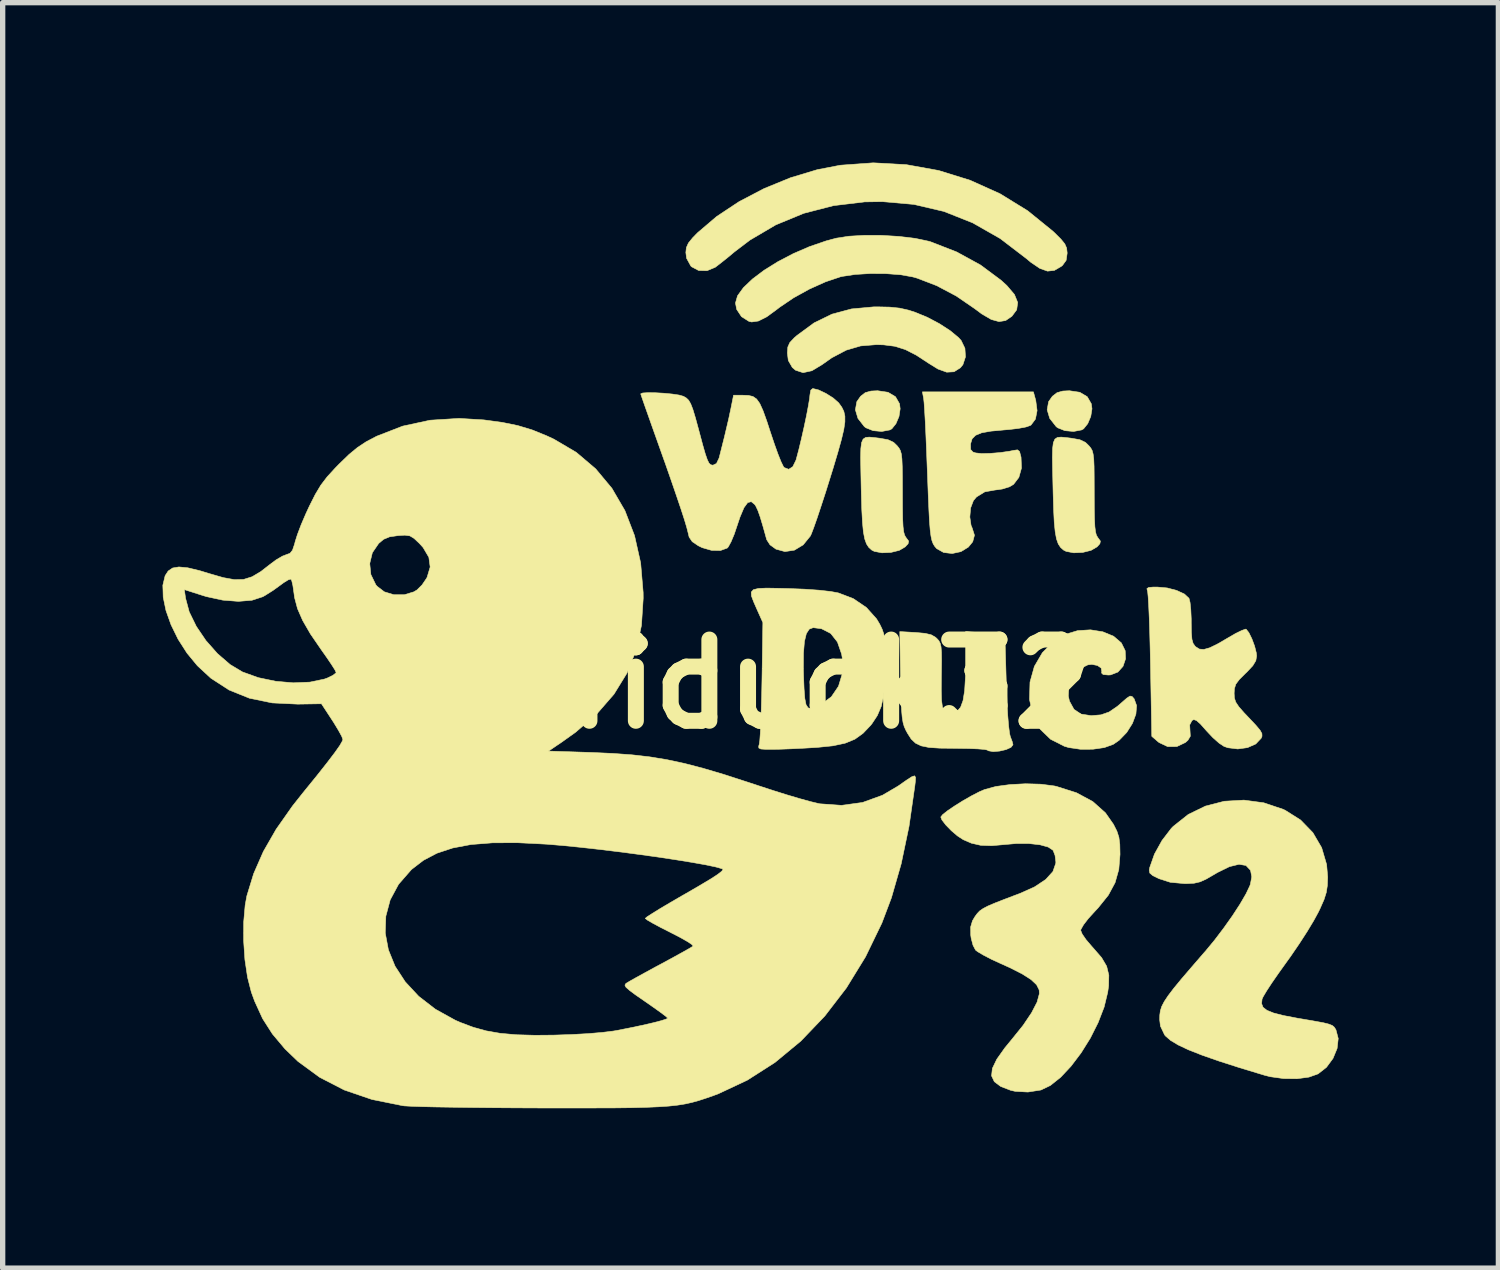
<source format=kicad_pcb>
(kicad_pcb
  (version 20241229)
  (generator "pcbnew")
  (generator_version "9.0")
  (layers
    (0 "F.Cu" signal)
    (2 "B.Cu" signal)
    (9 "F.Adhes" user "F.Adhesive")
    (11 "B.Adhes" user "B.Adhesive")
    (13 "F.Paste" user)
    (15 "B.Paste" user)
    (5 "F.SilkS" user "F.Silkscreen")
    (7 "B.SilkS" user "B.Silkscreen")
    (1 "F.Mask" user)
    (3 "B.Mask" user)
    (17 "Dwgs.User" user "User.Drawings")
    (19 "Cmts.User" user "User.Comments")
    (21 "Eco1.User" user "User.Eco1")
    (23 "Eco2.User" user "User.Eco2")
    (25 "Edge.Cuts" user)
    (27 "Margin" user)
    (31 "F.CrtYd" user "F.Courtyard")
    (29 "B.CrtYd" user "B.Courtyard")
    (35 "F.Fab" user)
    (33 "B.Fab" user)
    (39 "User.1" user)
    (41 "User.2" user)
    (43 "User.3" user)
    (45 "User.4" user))
  (footprint "wifiduck32"
    (layer "F.Cu")
    (at 11.384 9.784)
    (property "Reference" "wifiduck32" (at 0 0 0) (layer "F.SilkS") (effects (font (size 1.524 1.524) (thickness 0.3))))
    (attr through_hole)
    (fp_poly (pts (xy 2.227 -5.474) (xy 2.367 -5.391) (xy 2.443 -5.259) (xy 2.455 -5.164) (xy 2.433 -5.02) (xy 2.376 -4.885) (xy 2.299 -4.789) (xy 2.263 -4.768) (xy 2.11 -4.739) (xy 1.947 -4.754) (xy 1.812 -4.808) (xy 1.783 -4.83) (xy 1.663 -4.984) (xy 1.615 -5.145) (xy 1.642 -5.298) (xy 1.713 -5.399) (xy 1.8 -5.467) (xy 1.908 -5.497) (xy 2.032 -5.503) (xy 2.227 -5.474)) (stroke (width 0.01) (type solid)) (fill yes) (layer "F.SilkS"))
    (fp_poly (pts (xy 5.825 -5.474) (xy 5.965 -5.391) (xy 6.041 -5.259) (xy 6.054 -5.164) (xy 6.031 -5.02) (xy 5.974 -4.885) (xy 5.897 -4.789) (xy 5.861 -4.768) (xy 5.709 -4.739) (xy 5.545 -4.754) (xy 5.41 -4.808) (xy 5.382 -4.83) (xy 5.261 -4.984) (xy 5.213 -5.145) (xy 5.24 -5.298) (xy 5.311 -5.399) (xy 5.399 -5.467) (xy 5.506 -5.497) (xy 5.63 -5.503) (xy 5.825 -5.474)) (stroke (width 0.01) (type solid)) (fill yes) (layer "F.SilkS"))
    (fp_poly (pts (xy 2.259 -7.072) (xy 2.443 -7.053) (xy 2.612 -7.015) (xy 2.738 -6.974) (xy 2.964 -6.881) (xy 3.191 -6.761) (xy 3.393 -6.63) (xy 3.549 -6.501) (xy 3.599 -6.446) (xy 3.67 -6.299) (xy 3.68 -6.138) (xy 3.632 -5.992) (xy 3.585 -5.934) (xy 3.466 -5.859) (xy 3.329 -5.851) (xy 3.165 -5.91) (xy 2.998 -6.013) (xy 2.758 -6.17) (xy 2.553 -6.275) (xy 2.357 -6.337) (xy 2.146 -6.364) (xy 2.011 -6.368) (xy 1.714 -6.344) (xy 1.442 -6.264) (xy 1.171 -6.121) (xy 0.99 -5.993) (xy 0.799 -5.878) (xy 0.633 -5.842) (xy 0.492 -5.888) (xy 0.431 -5.94) (xy 0.356 -6.071) (xy 0.339 -6.212) (xy 0.347 -6.322) (xy 0.384 -6.406) (xy 0.467 -6.495) (xy 0.519 -6.54) (xy 0.84 -6.776) (xy 1.176 -6.94) (xy 1.542 -7.038) (xy 1.955 -7.076) (xy 2.025 -7.077) (xy 2.259 -7.072)) (stroke (width 0.01) (type solid)) (fill yes) (layer "F.SilkS"))
    (fp_poly (pts (xy 1.973 -4.624) (xy 2.07 -4.612) (xy 2.227 -4.584) (xy 2.333 -4.534) (xy 2.398 -4.471) (xy 2.433 -4.427) (xy 2.459 -4.38) (xy 2.477 -4.316) (xy 2.488 -4.222) (xy 2.494 -4.085) (xy 2.497 -3.893) (xy 2.498 -3.63) (xy 2.498 -3.589) (xy 2.499 -3.31) (xy 2.502 -3.103) (xy 2.509 -2.956) (xy 2.521 -2.856) (xy 2.539 -2.792) (xy 2.563 -2.75) (xy 2.569 -2.743) (xy 2.614 -2.682) (xy 2.604 -2.633) (xy 2.55 -2.574) (xy 2.438 -2.508) (xy 2.28 -2.469) (xy 2.113 -2.462) (xy 1.97 -2.489) (xy 1.921 -2.514) (xy 1.866 -2.564) (xy 1.823 -2.63) (xy 1.79 -2.723) (xy 1.765 -2.854) (xy 1.748 -3.033) (xy 1.735 -3.272) (xy 1.726 -3.581) (xy 1.723 -3.713) (xy 1.717 -4.019) (xy 1.713 -4.25) (xy 1.717 -4.417) (xy 1.731 -4.529) (xy 1.76 -4.595) (xy 1.808 -4.627) (xy 1.877 -4.633) (xy 1.973 -4.624)) (stroke (width 0.01) (type solid)) (fill yes) (layer "F.SilkS"))
    (fp_poly (pts (xy 5.572 -4.624) (xy 5.668 -4.612) (xy 5.826 -4.584) (xy 5.931 -4.534) (xy 5.996 -4.471) (xy 6.032 -4.427) (xy 6.058 -4.38) (xy 6.075 -4.316) (xy 6.087 -4.222) (xy 6.093 -4.085) (xy 6.095 -3.893) (xy 6.096 -3.63) (xy 6.096 -3.589) (xy 6.097 -3.31) (xy 6.101 -3.103) (xy 6.108 -2.956) (xy 6.12 -2.856) (xy 6.137 -2.792) (xy 6.162 -2.75) (xy 6.167 -2.743) (xy 6.212 -2.682) (xy 6.202 -2.633) (xy 6.149 -2.574) (xy 6.036 -2.508) (xy 5.879 -2.469) (xy 5.711 -2.462) (xy 5.569 -2.489) (xy 5.52 -2.514) (xy 5.464 -2.564) (xy 5.421 -2.63) (xy 5.388 -2.723) (xy 5.364 -2.854) (xy 5.346 -3.033) (xy 5.334 -3.272) (xy 5.325 -3.581) (xy 5.322 -3.713) (xy 5.315 -4.019) (xy 5.311 -4.25) (xy 5.315 -4.417) (xy 5.329 -4.529) (xy 5.358 -4.595) (xy 5.406 -4.627) (xy 5.476 -4.633) (xy 5.572 -4.624)) (stroke (width 0.01) (type solid)) (fill yes) (layer "F.SilkS"))
    (fp_poly (pts (xy 2.11 -8.418) (xy 2.435 -8.398) (xy 2.735 -8.362) (xy 2.985 -8.309) (xy 3.027 -8.297) (xy 3.515 -8.107) (xy 3.961 -7.863) (xy 4.35 -7.574) (xy 4.456 -7.477) (xy 4.599 -7.309) (xy 4.66 -7.159) (xy 4.641 -7.021) (xy 4.55 -6.899) (xy 4.434 -6.82) (xy 4.31 -6.8) (xy 4.164 -6.84) (xy 3.986 -6.944) (xy 3.849 -7.046) (xy 3.506 -7.281) (xy 3.139 -7.475) (xy 2.775 -7.615) (xy 2.69 -7.639) (xy 2.465 -7.679) (xy 2.189 -7.7) (xy 1.894 -7.702) (xy 1.612 -7.685) (xy 1.373 -7.649) (xy 1.332 -7.64) (xy 1.056 -7.547) (xy 0.753 -7.411) (xy 0.456 -7.247) (xy 0.197 -7.072) (xy 0.148 -7.034) (xy -0.048 -6.89) (xy -0.205 -6.811) (xy -0.331 -6.793) (xy -0.381 -6.804) (xy -0.522 -6.893) (xy -0.612 -7.029) (xy -0.635 -7.149) (xy -0.596 -7.285) (xy -0.486 -7.437) (xy -0.316 -7.599) (xy -0.097 -7.764) (xy 0.162 -7.925) (xy 0.449 -8.075) (xy 0.754 -8.207) (xy 1.066 -8.314) (xy 1.255 -8.365) (xy 1.493 -8.402) (xy 1.787 -8.419) (xy 2.11 -8.418)) (stroke (width 0.01) (type solid)) (fill yes) (layer "F.SilkS"))
    (fp_poly (pts (xy 2.569 -9.745) (xy 3.178 -9.635) (xy 3.767 -9.452) (xy 4.327 -9.2) (xy 4.847 -8.88) (xy 5.319 -8.497) (xy 5.345 -8.473) (xy 5.47 -8.349) (xy 5.544 -8.258) (xy 5.578 -8.18) (xy 5.588 -8.092) (xy 5.588 -8.082) (xy 5.569 -7.949) (xy 5.5 -7.854) (xy 5.476 -7.835) (xy 5.349 -7.761) (xy 5.22 -7.747) (xy 5.076 -7.798) (xy 4.905 -7.914) (xy 4.823 -7.983) (xy 4.331 -8.359) (xy 3.815 -8.653) (xy 3.276 -8.867) (xy 2.712 -8.999) (xy 2.122 -9.051) (xy 1.787 -9.046) (xy 1.205 -8.976) (xy 0.647 -8.832) (xy 0.121 -8.615) (xy -0.363 -8.33) (xy -0.651 -8.111) (xy -0.789 -7.996) (xy -0.916 -7.895) (xy -1.006 -7.826) (xy -1.015 -7.819) (xy -1.169 -7.755) (xy -1.326 -7.759) (xy -1.46 -7.83) (xy -1.474 -7.845) (xy -1.552 -7.988) (xy -1.566 -8.097) (xy -1.556 -8.189) (xy -1.518 -8.274) (xy -1.437 -8.374) (xy -1.345 -8.468) (xy -0.988 -8.772) (xy -0.567 -9.051) (xy -0.099 -9.296) (xy 0.397 -9.499) (xy 0.901 -9.651) (xy 1.331 -9.734) (xy 1.95 -9.779) (xy 2.569 -9.745)) (stroke (width 0.01) (type solid)) (fill yes) (layer "F.SilkS"))
    (fp_poly (pts (xy 6.258 -0.98) (xy 6.459 -0.897) (xy 6.605 -0.772) (xy 6.677 -0.626) (xy 6.684 -0.473) (xy 6.636 -0.332) (xy 6.54 -0.225) (xy 6.404 -0.172) (xy 6.364 -0.169) (xy 6.264 -0.178) (xy 6.233 -0.208) (xy 6.238 -0.232) (xy 6.227 -0.299) (xy 6.157 -0.348) (xy 6.052 -0.369) (xy 5.976 -0.36) (xy 5.814 -0.28) (xy 5.692 -0.141) (xy 5.62 0.034) (xy 5.61 0.225) (xy 5.631 0.32) (xy 5.716 0.475) (xy 5.849 0.564) (xy 6.039 0.593) (xy 6.222 0.578) (xy 6.376 0.524) (xy 6.531 0.418) (xy 6.606 0.353) (xy 6.708 0.264) (xy 6.767 0.226) (xy 6.806 0.233) (xy 6.845 0.277) (xy 6.891 0.404) (xy 6.878 0.564) (xy 6.813 0.738) (xy 6.706 0.908) (xy 6.565 1.054) (xy 6.454 1.131) (xy 6.286 1.192) (xy 6.071 1.223) (xy 5.838 1.224) (xy 5.619 1.192) (xy 5.535 1.167) (xy 5.277 1.036) (xy 5.083 0.849) (xy 4.952 0.605) (xy 4.885 0.306) (xy 4.882 0.282) (xy 4.891 -0.037) (xy 4.973 -0.331) (xy 5.124 -0.589) (xy 5.335 -0.8) (xy 5.557 -0.933) (xy 5.785 -1.002) (xy 6.026 -1.017) (xy 6.258 -0.98)) (stroke (width 0.01) (type solid)) (fill yes) (layer "F.SilkS"))
    (fp_poly (pts (xy 3.938 -0.965) (xy 4.16 -0.929) (xy 4.308 -0.861) (xy 4.424 -0.774) (xy 4.448 0.047) (xy 4.459 0.335) (xy 4.473 0.586) (xy 4.49 0.789) (xy 4.508 0.929) (xy 4.522 0.987) (xy 4.558 1.082) (xy 4.572 1.139) (xy 4.534 1.188) (xy 4.441 1.23) (xy 4.32 1.258) (xy 4.2 1.268) (xy 4.109 1.252) (xy 4.089 1.238) (xy 4.037 1.227) (xy 3.917 1.217) (xy 3.745 1.21) (xy 3.537 1.207) (xy 3.471 1.206) (xy 3.199 1.203) (xy 2.997 1.19) (xy 2.85 1.16) (xy 2.743 1.109) (xy 2.662 1.032) (xy 2.591 0.921) (xy 2.561 0.865) (xy 2.531 0.798) (xy 2.509 0.721) (xy 2.493 0.621) (xy 2.481 0.485) (xy 2.472 0.298) (xy 2.466 0.049) (xy 2.462 -0.143) (xy 2.448 -0.984) (xy 2.748 -0.967) (xy 2.923 -0.951) (xy 3.037 -0.924) (xy 3.116 -0.879) (xy 3.143 -0.855) (xy 3.181 -0.813) (xy 3.206 -0.765) (xy 3.222 -0.697) (xy 3.23 -0.592) (xy 3.232 -0.437) (xy 3.229 -0.215) (xy 3.228 -0.152) (xy 3.226 0.112) (xy 3.231 0.303) (xy 3.248 0.43) (xy 3.279 0.506) (xy 3.328 0.542) (xy 3.397 0.547) (xy 3.437 0.543) (xy 3.524 0.511) (xy 3.589 0.435) (xy 3.635 0.309) (xy 3.665 0.122) (xy 3.68 -0.133) (xy 3.683 -0.376) (xy 3.683 -0.984) (xy 3.938 -0.965)) (stroke (width 0.01) (type solid)) (fill yes) (layer "F.SilkS"))
    (fp_poly (pts (xy 4.999 -5.32) (xy 5.024 -5.13) (xy 4.993 -4.971) (xy 4.911 -4.861) (xy 4.896 -4.851) (xy 4.815 -4.823) (xy 4.673 -4.796) (xy 4.496 -4.775) (xy 4.409 -4.768) (xy 4.16 -4.745) (xy 3.985 -4.714) (xy 3.87 -4.667) (xy 3.805 -4.601) (xy 3.777 -4.51) (xy 3.776 -4.499) (xy 3.777 -4.401) (xy 3.82 -4.353) (xy 3.872 -4.336) (xy 3.984 -4.324) (xy 4.148 -4.328) (xy 4.333 -4.343) (xy 4.507 -4.368) (xy 4.58 -4.383) (xy 4.656 -4.394) (xy 4.695 -4.362) (xy 4.72 -4.268) (xy 4.723 -4.255) (xy 4.731 -4.052) (xy 4.682 -3.877) (xy 4.583 -3.747) (xy 4.507 -3.701) (xy 4.371 -3.659) (xy 4.241 -3.641) (xy 4.237 -3.641) (xy 4.043 -3.606) (xy 3.887 -3.51) (xy 3.829 -3.441) (xy 3.777 -3.304) (xy 3.762 -3.134) (xy 3.785 -2.977) (xy 3.805 -2.93) (xy 3.849 -2.792) (xy 3.816 -2.669) (xy 3.734 -2.569) (xy 3.595 -2.484) (xy 3.431 -2.449) (xy 3.271 -2.468) (xy 3.143 -2.539) (xy 3.135 -2.547) (xy 3.101 -2.587) (xy 3.074 -2.632) (xy 3.051 -2.692) (xy 3.033 -2.776) (xy 3.018 -2.893) (xy 3.005 -3.053) (xy 2.994 -3.266) (xy 2.982 -3.54) (xy 2.969 -3.886) (xy 2.962 -4.064) (xy 2.95 -4.376) (xy 2.938 -4.666) (xy 2.926 -4.921) (xy 2.914 -5.129) (xy 2.904 -5.278) (xy 2.896 -5.354) (xy 2.896 -5.355) (xy 2.872 -5.482) (xy 4.955 -5.482) (xy 4.999 -5.32)) (stroke (width 0.01) (type solid)) (fill yes) (layer "F.SilkS"))
    (fp_poly (pts (xy 0.172 -1.796) (xy 0.349 -1.792) (xy 0.658 -1.78) (xy 0.932 -1.761) (xy 1.153 -1.736) (xy 1.294 -1.71) (xy 1.575 -1.603) (xy 1.821 -1.436) (xy 2.011 -1.224) (xy 2.072 -1.123) (xy 2.117 -1.029) (xy 2.147 -0.941) (xy 2.166 -0.841) (xy 2.175 -0.707) (xy 2.179 -0.521) (xy 2.179 -0.361) (xy 2.171 -0.039) (xy 2.145 0.216) (xy 2.099 0.421) (xy 2.026 0.592) (xy 1.925 0.745) (xy 1.902 0.774) (xy 1.758 0.925) (xy 1.605 1.035) (xy 1.422 1.11) (xy 1.192 1.159) (xy 0.897 1.189) (xy 0.896 1.189) (xy 0.66 1.203) (xy 0.418 1.215) (xy 0.204 1.223) (xy 0.09 1.225) (xy -0.069 1.225) (xy -0.159 1.219) (xy -0.197 1.2) (xy -0.199 1.165) (xy -0.189 1.132) (xy -0.179 1.065) (xy -0.169 0.926) (xy -0.16 0.727) (xy -0.151 0.481) (xy -0.143 0.2) (xy -0.138 -0.059) (xy -0.134 -0.288) (xy 0.639 -0.288) (xy 0.642 -0.169) (xy 0.652 0.089) (xy 0.666 0.271) (xy 0.689 0.387) (xy 0.728 0.447) (xy 0.787 0.458) (xy 0.873 0.43) (xy 0.972 0.382) (xy 1.164 0.239) (xy 1.298 0.042) (xy 1.37 -0.196) (xy 1.373 -0.463) (xy 1.357 -0.561) (xy 1.278 -0.789) (xy 1.152 -0.949) (xy 0.979 -1.038) (xy 0.824 -1.058) (xy 0.75 -1.031) (xy 0.695 -0.947) (xy 0.659 -0.799) (xy 0.641 -0.581) (xy 0.639 -0.288) (xy -0.134 -0.288) (xy -0.121 -1.154) (xy -0.23 -1.397) (xy -0.295 -1.545) (xy -0.335 -1.652) (xy -0.339 -1.725) (xy -0.299 -1.77) (xy -0.207 -1.793) (xy -0.053 -1.8) (xy 0.172 -1.796)) (stroke (width 0.01) (type solid)) (fill yes) (layer "F.SilkS"))
    (fp_poly (pts (xy 7.465 -1.803) (xy 7.643 -1.756) (xy 7.788 -1.689) (xy 7.873 -1.61) (xy 7.875 -1.606) (xy 7.894 -1.531) (xy 7.908 -1.395) (xy 7.916 -1.224) (xy 7.916 -1.152) (xy 7.919 -0.964) (xy 7.929 -0.841) (xy 7.951 -0.763) (xy 7.988 -0.711) (xy 7.999 -0.7) (xy 8.069 -0.656) (xy 8.153 -0.649) (xy 8.265 -0.681) (xy 8.419 -0.757) (xy 8.604 -0.865) (xy 8.747 -0.948) (xy 8.864 -1.005) (xy 8.935 -1.03) (xy 8.946 -1.029) (xy 8.997 -0.965) (xy 9.054 -0.849) (xy 9.105 -0.712) (xy 9.137 -0.584) (xy 9.143 -0.527) (xy 9.128 -0.438) (xy 9.072 -0.345) (xy 8.962 -0.227) (xy 8.932 -0.199) (xy 8.817 -0.084) (xy 8.753 0.002) (xy 8.726 0.086) (xy 8.721 0.174) (xy 8.726 0.262) (xy 8.751 0.339) (xy 8.807 0.424) (xy 8.904 0.535) (xy 8.999 0.635) (xy 9.129 0.773) (xy 9.207 0.866) (xy 9.242 0.929) (xy 9.244 0.979) (xy 9.229 1.016) (xy 9.127 1.124) (xy 8.972 1.193) (xy 8.789 1.218) (xy 8.603 1.195) (xy 8.53 1.169) (xy 8.439 1.109) (xy 8.322 1.005) (xy 8.202 0.878) (xy 8.198 0.873) (xy 8.088 0.749) (xy 8.014 0.684) (xy 7.964 0.667) (xy 7.93 0.684) (xy 7.887 0.767) (xy 7.893 0.872) (xy 7.899 0.979) (xy 7.853 1.056) (xy 7.806 1.097) (xy 7.646 1.173) (xy 7.474 1.174) (xy 7.313 1.098) (xy 7.294 1.083) (xy 7.176 0.981) (xy 7.152 -0.345) (xy 7.145 -0.675) (xy 7.137 -0.98) (xy 7.128 -1.248) (xy 7.118 -1.47) (xy 7.108 -1.634) (xy 7.099 -1.729) (xy 7.095 -1.746) (xy 7.084 -1.79) (xy 7.117 -1.812) (xy 7.209 -1.82) (xy 7.276 -1.82) (xy 7.465 -1.803)) (stroke (width 0.01) (type solid)) (fill yes) (layer "F.SilkS"))
    (fp_poly (pts (xy 9.277 2.228) (xy 9.639 2.35) (xy 9.68 2.369) (xy 9.968 2.551) (xy 10.198 2.788) (xy 10.363 3.07) (xy 10.456 3.386) (xy 10.476 3.622) (xy 10.47 3.78) (xy 10.45 3.91) (xy 10.408 4.043) (xy 10.335 4.209) (xy 10.301 4.279) (xy 10.214 4.439) (xy 10.09 4.645) (xy 9.941 4.875) (xy 9.782 5.108) (xy 9.699 5.223) (xy 9.556 5.423) (xy 9.429 5.606) (xy 9.329 5.759) (xy 9.265 5.867) (xy 9.245 5.911) (xy 9.236 5.995) (xy 9.263 6.064) (xy 9.335 6.121) (xy 9.46 6.172) (xy 9.649 6.22) (xy 9.91 6.27) (xy 10.012 6.287) (xy 10.238 6.326) (xy 10.396 6.355) (xy 10.499 6.381) (xy 10.562 6.406) (xy 10.599 6.437) (xy 10.625 6.477) (xy 10.631 6.487) (xy 10.674 6.651) (xy 10.653 6.837) (xy 10.576 7.024) (xy 10.453 7.191) (xy 10.296 7.314) (xy 10.124 7.375) (xy 9.9 7.405) (xy 9.649 7.402) (xy 9.398 7.367) (xy 9.292 7.34) (xy 8.826 7.199) (xy 8.437 7.074) (xy 8.119 6.963) (xy 7.865 6.863) (xy 7.67 6.771) (xy 7.528 6.686) (xy 7.434 6.604) (xy 7.417 6.584) (xy 7.338 6.417) (xy 7.324 6.298) (xy 7.326 6.21) (xy 7.337 6.13) (xy 7.363 6.048) (xy 7.41 5.957) (xy 7.483 5.847) (xy 7.588 5.709) (xy 7.731 5.535) (xy 7.918 5.317) (xy 8.154 5.044) (xy 8.181 5.014) (xy 8.353 4.806) (xy 8.526 4.578) (xy 8.69 4.347) (xy 8.833 4.127) (xy 8.944 3.936) (xy 9.014 3.789) (xy 9.025 3.759) (xy 9.052 3.618) (xy 9.031 3.507) (xy 9.025 3.492) (xy 8.943 3.404) (xy 8.812 3.382) (xy 8.633 3.426) (xy 8.408 3.536) (xy 8.358 3.566) (xy 8.201 3.657) (xy 8.083 3.711) (xy 7.971 3.737) (xy 7.836 3.744) (xy 7.789 3.744) (xy 7.524 3.72) (xy 7.312 3.652) (xy 7.194 3.594) (xy 7.139 3.547) (xy 7.128 3.491) (xy 7.138 3.441) (xy 7.226 3.191) (xy 7.368 2.935) (xy 7.541 2.709) (xy 7.58 2.669) (xy 7.86 2.447) (xy 8.183 2.29) (xy 8.536 2.199) (xy 8.905 2.178) (xy 9.277 2.228)) (stroke (width 0.01) (type solid)) (fill yes) (layer "F.SilkS"))
    (fp_poly (pts (xy 5.095 1.879) (xy 5.348 1.912) (xy 5.388 1.921) (xy 5.763 2.04) (xy 6.068 2.204) (xy 6.306 2.416) (xy 6.457 2.632) (xy 6.522 2.761) (xy 6.559 2.876) (xy 6.576 3.009) (xy 6.58 3.192) (xy 6.58 3.196) (xy 6.557 3.479) (xy 6.487 3.727) (xy 6.361 3.961) (xy 6.168 4.201) (xy 6.103 4.27) (xy 5.985 4.4) (xy 5.895 4.517) (xy 5.847 4.602) (xy 5.842 4.622) (xy 5.87 4.691) (xy 5.944 4.798) (xy 6.05 4.922) (xy 6.077 4.952) (xy 6.234 5.133) (xy 6.329 5.294) (xy 6.37 5.462) (xy 6.366 5.661) (xy 6.349 5.783) (xy 6.282 6.06) (xy 6.169 6.352) (xy 6.023 6.643) (xy 5.85 6.92) (xy 5.661 7.17) (xy 5.466 7.378) (xy 5.273 7.532) (xy 5.095 7.617) (xy 4.852 7.655) (xy 4.614 7.642) (xy 4.527 7.622) (xy 4.341 7.55) (xy 4.222 7.461) (xy 4.17 7.351) (xy 4.185 7.212) (xy 4.268 7.039) (xy 4.419 6.826) (xy 4.553 6.663) (xy 4.763 6.402) (xy 4.921 6.167) (xy 5.024 5.968) (xy 5.067 5.81) (xy 5.063 5.739) (xy 5.015 5.643) (xy 4.912 5.546) (xy 4.748 5.441) (xy 4.514 5.322) (xy 4.352 5.249) (xy 4.173 5.167) (xy 4.019 5.087) (xy 3.909 5.022) (xy 3.869 4.991) (xy 3.822 4.901) (xy 3.787 4.769) (xy 3.779 4.71) (xy 3.777 4.559) (xy 3.812 4.441) (xy 3.86 4.361) (xy 3.902 4.304) (xy 3.947 4.257) (xy 4.01 4.213) (xy 4.101 4.165) (xy 4.235 4.108) (xy 4.422 4.035) (xy 4.675 3.939) (xy 4.691 3.934) (xy 4.975 3.807) (xy 5.186 3.667) (xy 5.321 3.518) (xy 5.375 3.362) (xy 5.376 3.338) (xy 5.361 3.216) (xy 5.325 3.122) (xy 5.323 3.119) (xy 5.234 3.059) (xy 5.079 3.016) (xy 4.875 2.993) (xy 4.639 2.992) (xy 4.431 3.01) (xy 4.172 3.033) (xy 3.968 3.026) (xy 3.792 2.986) (xy 3.639 2.92) (xy 3.531 2.85) (xy 3.415 2.751) (xy 3.311 2.644) (xy 3.238 2.549) (xy 3.217 2.495) (xy 3.252 2.45) (xy 3.344 2.377) (xy 3.477 2.287) (xy 3.632 2.19) (xy 3.793 2.098) (xy 3.942 2.021) (xy 4.037 1.98) (xy 4.251 1.922) (xy 4.518 1.886) (xy 4.809 1.871) (xy 5.095 1.879)) (stroke (width 0.01) (type solid)) (fill yes) (layer "F.SilkS"))
    (fp_poly (pts (xy 0.924 -5.518) (xy 1.063 -5.452) (xy 1.198 -5.367) (xy 1.297 -5.28) (xy 1.304 -5.272) (xy 1.36 -5.194) (xy 1.398 -5.116) (xy 1.418 -5.027) (xy 1.418 -4.917) (xy 1.397 -4.774) (xy 1.353 -4.588) (xy 1.286 -4.348) (xy 1.195 -4.043) (xy 1.145 -3.883) (xy 1.057 -3.601) (xy 0.972 -3.341) (xy 0.897 -3.115) (xy 0.834 -2.936) (xy 0.788 -2.816) (xy 0.77 -2.777) (xy 0.635 -2.611) (xy 0.471 -2.512) (xy 0.293 -2.485) (xy 0.125 -2.531) (xy 0.013 -2.612) (xy -0.049 -2.708) (xy -0.049 -2.709) (xy -0.118 -2.956) (xy -0.171 -3.133) (xy -0.214 -3.255) (xy -0.251 -3.334) (xy -0.272 -3.367) (xy -0.339 -3.422) (xy -0.406 -3.404) (xy -0.476 -3.308) (xy -0.55 -3.133) (xy -0.601 -2.981) (xy -0.659 -2.809) (xy -0.719 -2.666) (xy -0.771 -2.572) (xy -0.79 -2.551) (xy -0.917 -2.505) (xy -1.083 -2.508) (xy -1.26 -2.559) (xy -1.333 -2.595) (xy -1.446 -2.671) (xy -1.504 -2.756) (xy -1.529 -2.859) (xy -1.55 -2.941) (xy -1.595 -3.091) (xy -1.662 -3.297) (xy -1.747 -3.548) (xy -1.845 -3.833) (xy -1.952 -4.139) (xy -1.984 -4.228) (xy -2.091 -4.529) (xy -2.189 -4.804) (xy -2.273 -5.042) (xy -2.341 -5.234) (xy -2.388 -5.369) (xy -2.411 -5.438) (xy -2.413 -5.445) (xy -2.375 -5.461) (xy -2.274 -5.467) (xy -2.134 -5.465) (xy -1.976 -5.456) (xy -1.821 -5.441) (xy -1.693 -5.422) (xy -1.613 -5.399) (xy -1.61 -5.398) (xy -1.556 -5.366) (xy -1.513 -5.324) (xy -1.475 -5.258) (xy -1.435 -5.155) (xy -1.388 -5) (xy -1.328 -4.78) (xy -1.312 -4.72) (xy -1.249 -4.484) (xy -1.201 -4.317) (xy -1.163 -4.208) (xy -1.132 -4.145) (xy -1.101 -4.115) (xy -1.066 -4.107) (xy -1.057 -4.106) (xy -0.991 -4.138) (xy -0.943 -4.239) (xy -0.936 -4.265) (xy -0.841 -4.642) (xy -0.762 -4.977) (xy -0.72 -5.175) (xy -0.671 -5.419) (xy -0.502 -5.419) (xy -0.392 -5.415) (xy -0.307 -5.395) (xy -0.239 -5.348) (xy -0.179 -5.264) (xy -0.118 -5.129) (xy -0.048 -4.935) (xy 0.021 -4.723) (xy 0.094 -4.506) (xy 0.162 -4.316) (xy 0.221 -4.169) (xy 0.265 -4.079) (xy 0.278 -4.062) (xy 0.364 -4.029) (xy 0.44 -4.077) (xy 0.501 -4.202) (xy 0.506 -4.22) (xy 0.553 -4.396) (xy 0.603 -4.604) (xy 0.653 -4.825) (xy 0.698 -5.038) (xy 0.733 -5.223) (xy 0.756 -5.362) (xy 0.762 -5.424) (xy 0.778 -5.513) (xy 0.815 -5.545) (xy 0.924 -5.518)) (stroke (width 0.01) (type solid)) (fill yes) (layer "F.SilkS"))
    (fp_poly (pts (xy -5.357 -4.956) (xy -5.01 -4.909) (xy -4.718 -4.849) (xy -4.452 -4.769) (xy -4.183 -4.66) (xy -4.043 -4.595) (xy -3.622 -4.347) (xy -3.258 -4.038) (xy -2.953 -3.672) (xy -2.709 -3.253) (xy -2.529 -2.785) (xy -2.414 -2.272) (xy -2.367 -1.717) (xy -2.366 -1.609) (xy -2.399 -1.1) (xy -2.499 -0.634) (xy -2.67 -0.206) (xy -2.914 0.19) (xy -3.234 0.558) (xy -3.633 0.903) (xy -3.899 1.093) (xy -4.144 1.258) (xy -3.331 1.284) (xy -2.934 1.302) (xy -2.577 1.328) (xy -2.245 1.366) (xy -1.922 1.419) (xy -1.59 1.49) (xy -1.234 1.583) (xy -0.837 1.701) (xy -0.384 1.848) (xy -0.221 1.902) (xy 0.057 1.993) (xy 0.328 2.078) (xy 0.574 2.151) (xy 0.778 2.207) (xy 0.924 2.242) (xy 0.948 2.247) (xy 1.356 2.276) (xy 1.749 2.222) (xy 2.124 2.086) (xy 2.418 1.913) (xy 2.575 1.803) (xy 2.674 1.739) (xy 2.726 1.722) (xy 2.744 1.752) (xy 2.74 1.827) (xy 2.73 1.912) (xy 2.621 2.671) (xy 2.474 3.373) (xy 2.291 4.01) (xy 2.112 4.484) (xy 1.805 5.118) (xy 1.446 5.702) (xy 1.04 6.23) (xy 0.592 6.698) (xy 0.106 7.1) (xy -0.411 7.431) (xy -0.956 7.687) (xy -1.058 7.725) (xy -1.196 7.773) (xy -1.323 7.814) (xy -1.448 7.849) (xy -1.578 7.878) (xy -1.722 7.901) (xy -1.887 7.919) (xy -2.082 7.932) (xy -2.313 7.942) (xy -2.589 7.949) (xy -2.919 7.953) (xy -3.309 7.954) (xy -3.768 7.954) (xy -4.304 7.954) (xy -4.311 7.954) (xy -4.755 7.952) (xy -5.18 7.949) (xy -5.577 7.945) (xy -5.939 7.94) (xy -6.255 7.935) (xy -6.517 7.929) (xy -6.717 7.922) (xy -6.845 7.915) (xy -6.878 7.911) (xy -7.456 7.794) (xy -7.974 7.617) (xy -8.436 7.379) (xy -8.844 7.08) (xy -9.087 6.846) (xy -9.323 6.565) (xy -9.507 6.277) (xy -9.657 5.949) (xy -9.719 5.779) (xy -9.79 5.501) (xy -9.839 5.17) (xy -9.863 4.815) (xy -9.863 4.671) (xy -7.206 4.671) (xy -7.147 4.986) (xy -7.022 5.294) (xy -6.831 5.587) (xy -6.578 5.859) (xy -6.265 6.101) (xy -5.895 6.306) (xy -5.8 6.348) (xy -5.558 6.439) (xy -5.313 6.507) (xy -5.05 6.553) (xy -4.75 6.58) (xy -4.398 6.59) (xy -4.043 6.587) (xy -3.711 6.576) (xy -3.4 6.559) (xy -3.131 6.536) (xy -2.922 6.51) (xy -2.879 6.503) (xy -2.619 6.452) (xy -2.381 6.402) (xy -2.178 6.355) (xy -2.024 6.315) (xy -1.93 6.284) (xy -1.907 6.268) (xy -1.94 6.236) (xy -2.03 6.168) (xy -2.164 6.072) (xy -2.326 5.959) (xy -2.333 5.954) (xy -2.511 5.831) (xy -2.626 5.745) (xy -2.69 5.688) (xy -2.709 5.65) (xy -2.694 5.622) (xy -2.681 5.612) (xy -2.617 5.574) (xy -2.495 5.505) (xy -2.327 5.413) (xy -2.131 5.306) (xy -2.032 5.253) (xy -1.832 5.145) (xy -1.658 5.049) (xy -1.524 4.974) (xy -1.445 4.927) (xy -1.429 4.916) (xy -1.453 4.887) (xy -1.539 4.83) (xy -1.675 4.753) (xy -1.848 4.664) (xy -1.863 4.656) (xy -2.041 4.566) (xy -2.188 4.487) (xy -2.289 4.428) (xy -2.328 4.397) (xy -2.328 4.397) (xy -2.293 4.367) (xy -2.195 4.304) (xy -2.045 4.211) (xy -1.854 4.098) (xy -1.632 3.969) (xy -1.565 3.931) (xy -1.298 3.776) (xy -1.101 3.658) (xy -0.967 3.571) (xy -0.892 3.512) (xy -0.869 3.477) (xy -0.88 3.467) (xy -1 3.433) (xy -1.193 3.392) (xy -1.446 3.347) (xy -1.747 3.298) (xy -2.083 3.247) (xy -2.443 3.197) (xy -2.815 3.148) (xy -3.186 3.103) (xy -3.544 3.063) (xy -3.877 3.03) (xy -4.173 3.005) (xy -4.191 3.004) (xy -4.729 2.977) (xy -5.195 2.979) (xy -5.597 3.011) (xy -5.941 3.076) (xy -6.236 3.174) (xy -6.489 3.307) (xy -6.709 3.476) (xy -6.722 3.489) (xy -6.956 3.757) (xy -7.113 4.049) (xy -7.195 4.356) (xy -7.206 4.671) (xy -9.863 4.671) (xy -9.862 4.465) (xy -9.834 4.147) (xy -9.802 3.973) (xy -9.674 3.556) (xy -9.493 3.143) (xy -9.253 2.725) (xy -8.946 2.288) (xy -8.743 2.032) (xy -8.494 1.726) (xy -8.299 1.479) (xy -8.155 1.29) (xy -8.059 1.154) (xy -8.01 1.068) (xy -8.001 1.038) (xy -8.023 0.98) (xy -8.082 0.872) (xy -8.166 0.733) (xy -8.202 0.677) (xy -8.403 0.37) (xy -8.848 0.377) (xy -9.327 0.354) (xy -9.754 0.266) (xy -10.136 0.112) (xy -10.478 -0.11) (xy -10.73 -0.343) (xy -10.926 -0.581) (xy -11.093 -0.842) (xy -11.225 -1.112) (xy -11.32 -1.379) (xy -11.372 -1.63) (xy -11.376 -1.772) (xy -10.975 -1.772) (xy -10.953 -1.611) (xy -10.884 -1.354) (xy -10.751 -1.082) (xy -10.57 -0.815) (xy -10.353 -0.57) (xy -10.117 -0.366) (xy -9.885 -0.227) (xy -9.588 -0.12) (xy -9.263 -0.052) (xy -8.932 -0.023) (xy -8.619 -0.036) (xy -8.348 -0.093) (xy -8.29 -0.114) (xy -8.189 -0.163) (xy -8.132 -0.207) (xy -8.128 -0.218) (xy -8.151 -0.267) (xy -8.215 -0.368) (xy -8.309 -0.506) (xy -8.409 -0.648) (xy -8.61 -0.941) (xy -8.755 -1.192) (xy -8.852 -1.414) (xy -8.907 -1.621) (xy -8.92 -1.716) (xy -8.939 -1.848) (xy -8.961 -1.941) (xy -8.976 -1.969) (xy -9.024 -1.956) (xy -9.112 -1.902) (xy -9.171 -1.858) (xy -9.312 -1.756) (xy -9.463 -1.661) (xy -9.504 -1.638) (xy -9.706 -1.572) (xy -9.961 -1.551) (xy -10.253 -1.574) (xy -10.563 -1.641) (xy -10.641 -1.665) (xy -10.975 -1.772) (xy -11.376 -1.772) (xy -11.379 -1.852) (xy -11.336 -2.032) (xy -11.279 -2.12) (xy -11.196 -2.177) (xy -11.077 -2.197) (xy -10.911 -2.181) (xy -10.686 -2.127) (xy -10.513 -2.074) (xy -10.247 -1.997) (xy -10.037 -1.959) (xy -9.863 -1.963) (xy -9.704 -2.013) (xy -9.541 -2.11) (xy -9.383 -2.233) (xy -9.344 -2.262) (xy -7.497 -2.262) (xy -7.476 -2.055) (xy -7.383 -1.863) (xy -7.36 -1.835) (xy -7.223 -1.73) (xy -7.043 -1.675) (xy -6.849 -1.675) (xy -6.669 -1.73) (xy -6.608 -1.767) (xy -6.516 -1.859) (xy -6.432 -1.982) (xy -6.42 -2.005) (xy -6.363 -2.196) (xy -6.388 -2.379) (xy -6.496 -2.562) (xy -6.565 -2.638) (xy -6.666 -2.733) (xy -6.744 -2.78) (xy -6.838 -2.793) (xy -6.967 -2.785) (xy -7.125 -2.762) (xy -7.236 -2.716) (xy -7.329 -2.638) (xy -7.448 -2.464) (xy -7.497 -2.262) (xy -9.344 -2.262) (xy -9.255 -2.329) (xy -9.134 -2.4) (xy -9.064 -2.427) (xy -8.993 -2.453) (xy -8.946 -2.511) (xy -8.908 -2.623) (xy -8.895 -2.675) (xy -8.853 -2.807) (xy -8.784 -2.989) (xy -8.697 -3.192) (xy -8.629 -3.339) (xy -8.518 -3.559) (xy -8.415 -3.731) (xy -8.298 -3.885) (xy -8.146 -4.051) (xy -8.072 -4.127) (xy -7.886 -4.307) (xy -7.726 -4.439) (xy -7.564 -4.546) (xy -7.374 -4.646) (xy -7.366 -4.65) (xy -6.879 -4.839) (xy -6.365 -4.95) (xy -5.821 -4.984) (xy -5.357 -4.956)) (stroke (width 0.01) (type solid)) (fill yes) (layer "F.SilkS")))
  (gr_rect
    (start -3 -3)
    (end 25.063 20.743)
    (stroke (width 0.1) (type default))
    (fill no)
    (layer "Edge.Cuts")))
</source>
